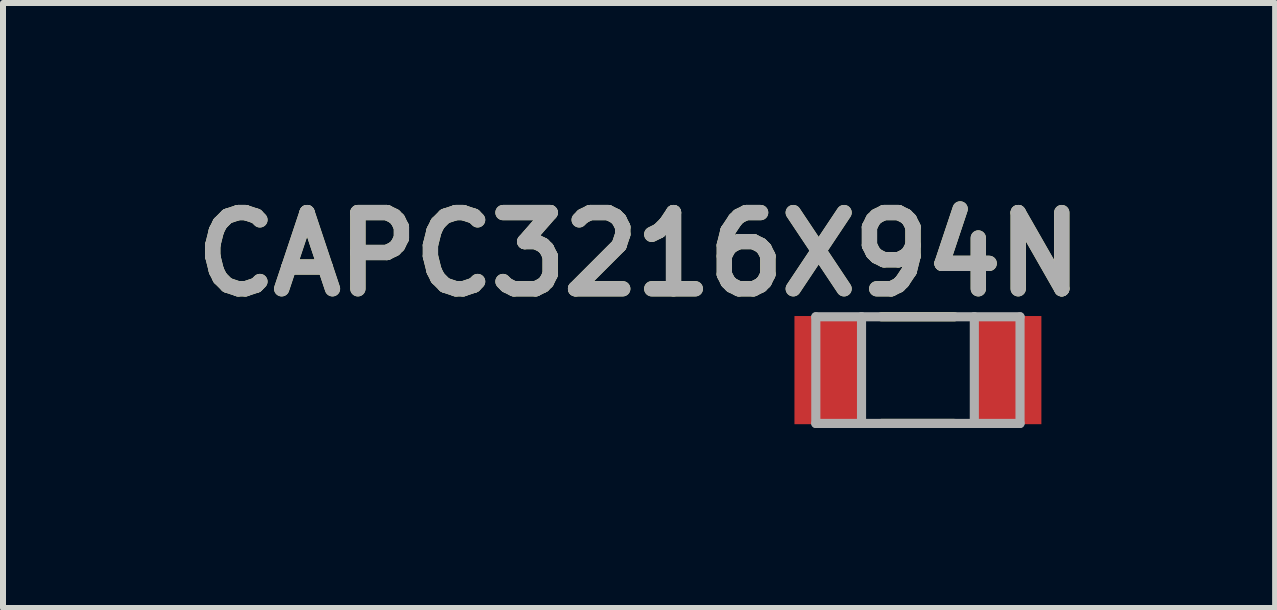
<source format=kicad_pcb>
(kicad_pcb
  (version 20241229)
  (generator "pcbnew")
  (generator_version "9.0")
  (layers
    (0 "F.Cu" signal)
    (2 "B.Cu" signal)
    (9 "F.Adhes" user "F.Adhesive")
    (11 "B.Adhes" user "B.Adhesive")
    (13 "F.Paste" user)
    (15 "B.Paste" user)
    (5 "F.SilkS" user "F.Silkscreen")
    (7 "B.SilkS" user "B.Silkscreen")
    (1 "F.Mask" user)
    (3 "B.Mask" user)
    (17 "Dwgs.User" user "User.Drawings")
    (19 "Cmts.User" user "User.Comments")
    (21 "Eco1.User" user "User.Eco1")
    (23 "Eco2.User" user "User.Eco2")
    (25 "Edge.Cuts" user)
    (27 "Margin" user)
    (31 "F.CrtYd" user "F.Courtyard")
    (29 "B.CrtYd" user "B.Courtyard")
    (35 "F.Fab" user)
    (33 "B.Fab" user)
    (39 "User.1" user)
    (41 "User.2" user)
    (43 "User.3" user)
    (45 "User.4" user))
  (footprint "CAPC3216X94N"
    (layer "F.Cu")
    (at 12.25 3.119)
    (property "Reference" "CAPC3216X94N" (at -4.648 -1.93 0) (layer "F.SilkS") (effects (font (size 1.27 1.27) (thickness 0.254))))
    (attr smd)
    (fp_line (start -0.61 0.889) (end 0.61 0.889) (stroke (width 0.152) (type solid)) (layer "F.SilkS"))
    (fp_line (start 0.61 -0.889) (end -0.61 -0.889) (stroke (width 0.152) (type solid)) (layer "F.SilkS"))
    (fp_line (start -1.702 -0.889) (end -1.702 0.889) (stroke (width 0.152) (type solid)) (layer "F.Fab"))
    (fp_line (start -1.702 0.889) (end -0.94 0.889) (stroke (width 0.152) (type solid)) (layer "F.Fab"))
    (fp_line (start -0.94 -0.889) (end -1.702 -0.889) (stroke (width 0.152) (type solid)) (layer "F.Fab"))
    (fp_line (start -0.94 0.889) (end -0.94 -0.889) (stroke (width 0.152) (type solid)) (layer "F.Fab"))
    (fp_line (start -0.94 0.889) (end 0.94 0.889) (stroke (width 0.152) (type solid)) (layer "F.Fab"))
    (fp_line (start 0.94 -0.889) (end -0.94 -0.889) (stroke (width 0.152) (type solid)) (layer "F.Fab"))
    (fp_line (start 0.94 -0.889) (end 0.94 0.889) (stroke (width 0.152) (type solid)) (layer "F.Fab"))
    (fp_line (start 0.94 0.889) (end 1.702 0.889) (stroke (width 0.152) (type solid)) (layer "F.Fab"))
    (fp_line (start 1.702 -0.889) (end 0.94 -0.889) (stroke (width 0.152) (type solid)) (layer "F.Fab"))
    (fp_line (start 1.702 0.889) (end 1.702 -0.889) (stroke (width 0.152) (type solid)) (layer "F.Fab"))
    (fp_text user "${REFERENCE}" (at -4.648 -1.93 0) (layer "F.Fab") (effects (font (size 1.27 1.27) (thickness 0.254))))
    (pad "1" smd rect (at -1.499 0) (size 1.118 1.803) (layers "F.Cu" "F.Mask" "F.Paste"))
    (pad "2" smd rect (at 1.499 0) (size 1.118 1.803) (layers "F.Cu" "F.Mask" "F.Paste")))
  (gr_rect
    (start -3 -3)
    (end 18.204 7.084)
    (stroke (width 0.1) (type default))
    (fill no)
    (layer "Edge.Cuts")))
</source>
